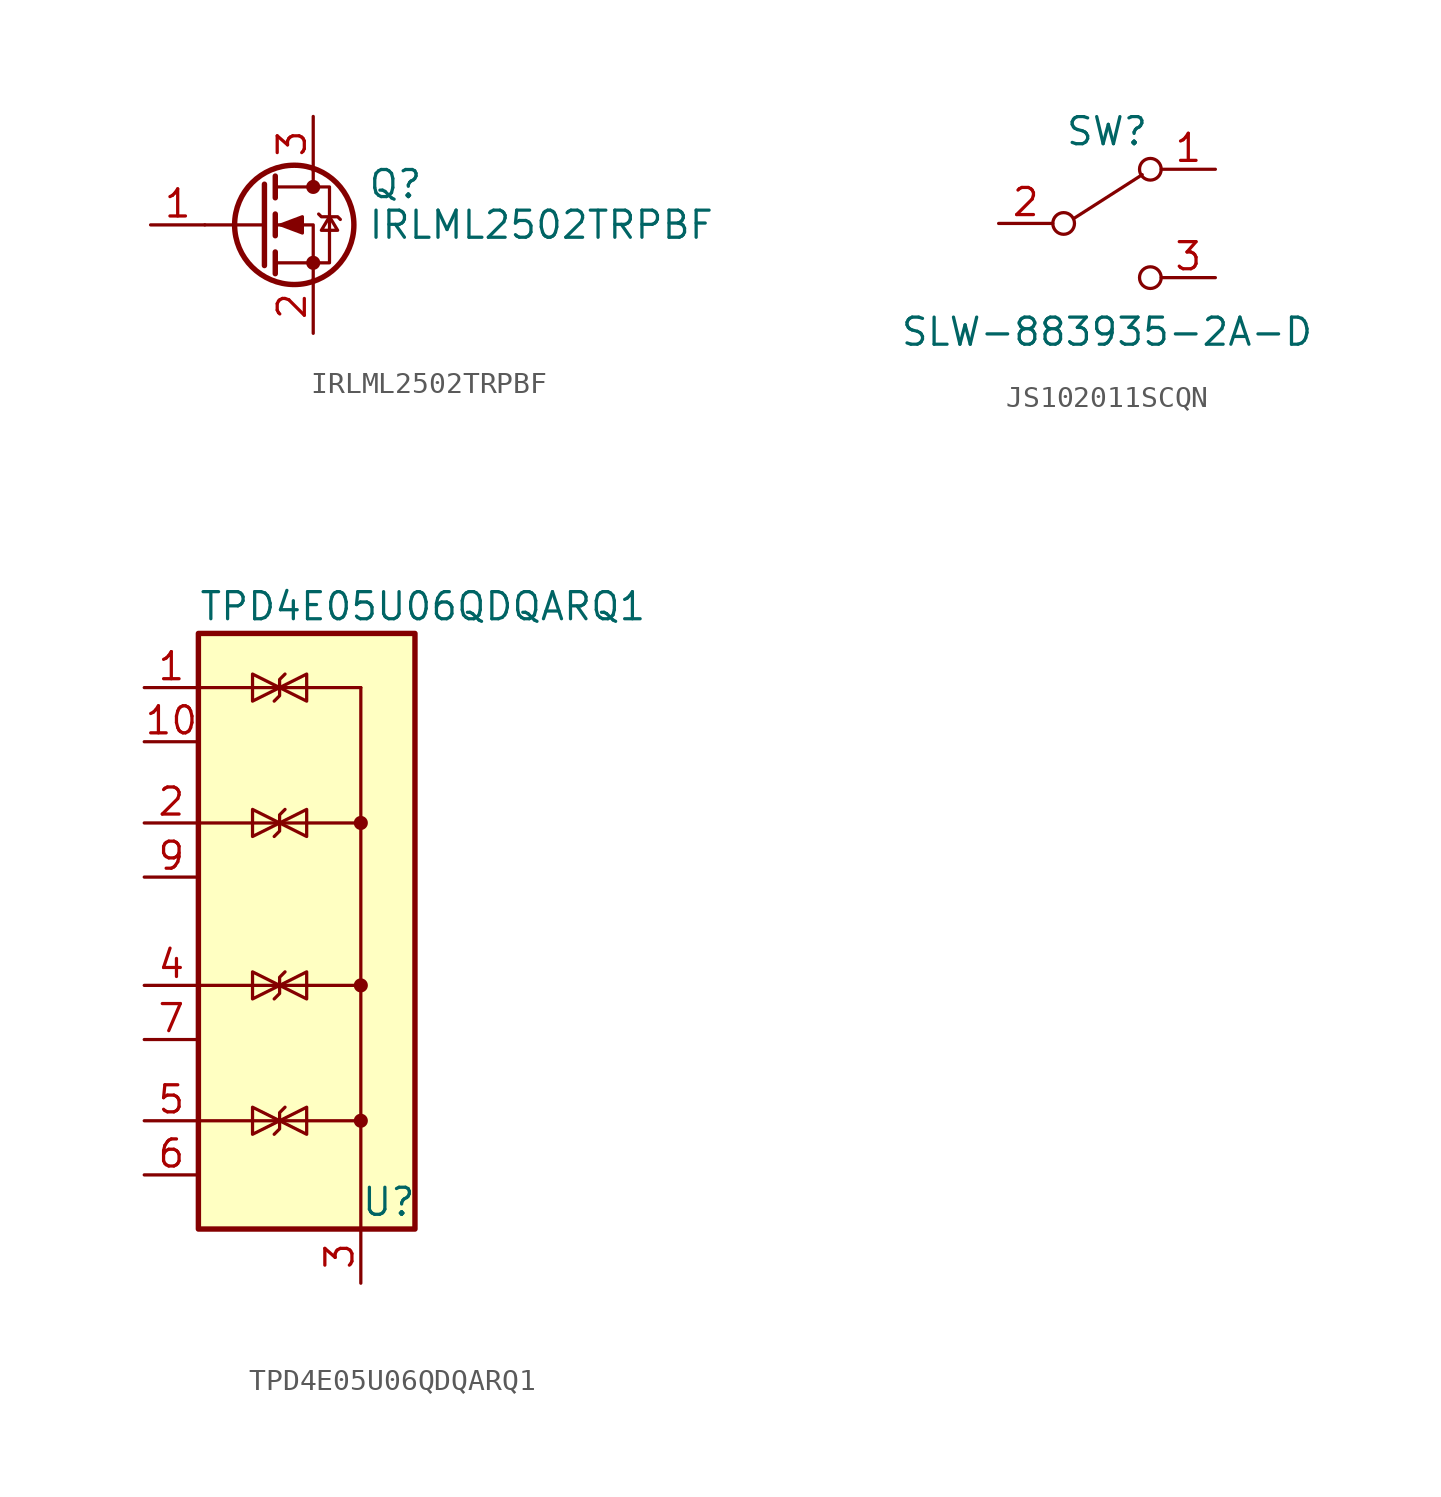
<source format=kicad_sym>
(kicad_symbol_lib
  (version 20220914)
  (generator kicad_symbol_editor)
  (symbol "IRLML2502TRPBF"
    (pin_names hide)
    (property "Reference" "Q"
      (at 5.08 1.905 0)
      (effects (font (size 1.27 1.27)) (justify left)))
    (property "Value" "IRLML2502TRPBF"
      (at 5.08 0 0)
      (effects (font (size 1.27 1.27)) (justify left)))
    (symbol "IRLML2502TRPBF_0_1"
      (polyline (pts (xy 0.254 0) (xy -2.54 0)) (stroke (width 0) (type default)) (fill (type none)))
      (polyline (pts (xy 0.254 1.905) (xy 0.254 -1.905)) (stroke (width 0.254) (type default)) (fill (type none)))
      (polyline (pts (xy 0.762 -1.27) (xy 0.762 -2.286)) (stroke (width 0.254) (type default)) (fill (type none)))
      (polyline (pts (xy 0.762 0.508) (xy 0.762 -0.508)) (stroke (width 0.254) (type default)) (fill (type none)))
      (polyline (pts (xy 0.762 2.286) (xy 0.762 1.27)) (stroke (width 0.254) (type default)) (fill (type none)))
      (polyline (pts (xy 2.54 2.54) (xy 2.54 1.778)) (stroke (width 0) (type default)) (fill (type none)))
      (polyline (pts (xy 2.54 -2.54) (xy 2.54 0) (xy 0.762 0)) (stroke (width 0) (type default)) (fill (type none)))
      (polyline (pts (xy 0.762 -1.778) (xy 3.302 -1.778) (xy 3.302 1.778) (xy 0.762 1.778)) (stroke (width 0) (type default)) (fill (type none)))
      (polyline (pts (xy 1.016 0) (xy 2.032 0.381) (xy 2.032 -0.381) (xy 1.016 0)) (stroke (width 0) (type default)) (fill (type outline)))
      (polyline (pts (xy 2.794 0.508) (xy 2.921 0.381) (xy 3.683 0.381) (xy 3.81 0.254)) (stroke (width 0) (type default)) (fill (type none)))
      (polyline (pts (xy 3.302 0.381) (xy 2.921 -0.254) (xy 3.683 -0.254) (xy 3.302 0.381)) (stroke (width 0) (type default)) (fill (type none)))
      (circle (center 1.651 0) (radius 2.794) (stroke (width 0.254) (type default)) (fill (type none)))
      (circle (center 2.54 -1.778) (radius 0.254) (stroke (width 0) (type default)) (fill (type outline)))
      (circle (center 2.54 1.778) (radius 0.254) (stroke (width 0) (type default)) (fill (type outline))))
    (symbol "IRLML2502TRPBF_1_1"
      (pin input line (at -5.08 0 0) (length 2.54) (name "G" (effects (font (size 1.27 1.27)))) (number "1" (effects (font (size 1.27 1.27)))))
      (pin passive line (at 2.54 -5.08 90) (length 2.54) (name "S" (effects (font (size 1.27 1.27)))) (number "2" (effects (font (size 1.27 1.27)))))
      (pin passive line (at 2.54 5.08 270) (length 2.54) (name "D" (effects (font (size 1.27 1.27)))) (number "3" (effects (font (size 1.27 1.27)))))))
  (symbol "JS102011SCQN"
    (pin_names
      (offset 0) hide)
    (property "Reference" "SW"
      (at 0 4.318 0)
      (effects (font (size 1.27 1.27))))
    (property "Value" "SLW-883935-2A-D"
      (at 0 -5.08 0)
      (effects (font (size 1.27 1.27))))
    (symbol "JS102011SCQN_0_0"
      (circle (center -2.032 0) (radius 0.508) (stroke (width 0) (type default)) (fill (type none)))
      (circle (center 2.032 -2.54) (radius 0.508) (stroke (width 0) (type default)) (fill (type none))))
    (symbol "JS102011SCQN_0_1"
      (polyline (pts (xy -1.524 0.254) (xy 1.651 2.286)) (stroke (width 0) (type default)) (fill (type none)))
      (circle (center 2.032 2.54) (radius 0.508) (stroke (width 0) (type default)) (fill (type none))))
    (symbol "JS102011SCQN_1_1"
      (pin passive line (at 5.08 2.54 180) (length 2.54) (name "A" (effects (font (size 1.27 1.27)))) (number "1" (effects (font (size 1.27 1.27)))))
      (pin passive line (at -5.08 0 0) (length 2.54) (name "B" (effects (font (size 1.27 1.27)))) (number "2" (effects (font (size 1.27 1.27)))))
      (pin passive line (at 5.08 -2.54 180) (length 2.54) (name "C" (effects (font (size 1.27 1.27)))) (number "3" (effects (font (size 1.27 1.27)))))))
  (symbol "TPD4E05U06QDQARQ1"
    (pin_names hide)
    (property "Reference" "U"
      (at 2.54 -12.7 0)
      (effects (font (size 1.27 1.27)) (justify left)))
    (property "Value" "TPD4E05U06QDQARQ1"
      (at -5.08 15.24 0)
      (effects (font (size 1.27 1.27)) (justify left)))
    (symbol "TPD4E05U06QDQARQ1_0_0"
      (pin passive line (at 2.54 -16.51 90) (length 2.54) (name "G" (effects (font (size 1.27 1.27)))) (number "3" (effects (font (size 1.27 1.27))))))
    (symbol "TPD4E05U06QDQARQ1_0_1"
      (rectangle (start -5.08 13.97) (end 5.08 -13.97) (stroke (width 0.254) (type default)) (fill (type background)))
      (polyline (pts (xy -5.08 -8.89) (xy 2.54 -8.89)) (stroke (width 0) (type default)) (fill (type none)))
      (polyline (pts (xy -5.08 -2.54) (xy 2.54 -2.54)) (stroke (width 0) (type default)) (fill (type none)))
      (polyline (pts (xy -5.08 5.08) (xy 2.54 5.08)) (stroke (width 0) (type default)) (fill (type none)))
      (polyline (pts (xy -5.08 11.43) (xy 2.54 11.43)) (stroke (width 0) (type default)) (fill (type none)))
      (polyline (pts (xy 2.54 11.43) (xy 2.54 -13.97)) (stroke (width 0.152) (type default)) (fill (type none)))
      (polyline (pts (xy -1.27 -8.89) (xy 0 -9.525) (xy 0 -8.255) (xy -1.27 -8.89)) (stroke (width 0) (type default)) (fill (type none)))
      (polyline (pts (xy -1.27 -2.54) (xy 0 -3.175) (xy 0 -1.905) (xy -1.27 -2.54)) (stroke (width 0) (type default)) (fill (type none)))
      (polyline (pts (xy -1.27 5.08) (xy 0 4.445) (xy 0 5.715) (xy -1.27 5.08)) (stroke (width 0) (type default)) (fill (type none)))
      (polyline (pts (xy -1.27 11.43) (xy 0 10.795) (xy 0 12.065) (xy -1.27 11.43)) (stroke (width 0) (type default)) (fill (type none)))
      (circle (center 2.54 -8.89) (radius 0.254) (stroke (width 0) (type default)) (fill (type outline)))
      (circle (center 2.54 -2.54) (radius 0.254) (stroke (width 0) (type default)) (fill (type outline)))
      (circle (center 2.54 5.08) (radius 0.254) (stroke (width 0) (type default)) (fill (type outline))))
    (symbol "TPD4E05U06QDQARQ1_1_1"
      (polyline (pts (xy -1.524 -9.525) (xy -1.27 -9.271) (xy -1.27 -8.509) (xy -1.016 -8.255)) (stroke (width 0) (type default)) (fill (type none)))
      (polyline (pts (xy -1.524 -3.175) (xy -1.27 -2.921) (xy -1.27 -2.159) (xy -1.016 -1.905)) (stroke (width 0) (type default)) (fill (type none)))
      (polyline (pts (xy -1.524 4.445) (xy -1.27 4.699) (xy -1.27 5.461) (xy -1.016 5.715)) (stroke (width 0) (type default)) (fill (type none)))
      (polyline (pts (xy -1.524 10.795) (xy -1.27 11.049) (xy -1.27 11.811) (xy -1.016 12.065)) (stroke (width 0) (type default)) (fill (type none)))
      (polyline (pts (xy -1.27 -8.89) (xy -2.54 -9.525) (xy -2.54 -8.255) (xy -1.27 -8.89)) (stroke (width 0) (type default)) (fill (type none)))
      (polyline (pts (xy -1.27 -2.54) (xy -2.54 -3.175) (xy -2.54 -1.905) (xy -1.27 -2.54)) (stroke (width 0) (type default)) (fill (type none)))
      (polyline (pts (xy -1.27 5.08) (xy -2.54 4.445) (xy -2.54 5.715) (xy -1.27 5.08)) (stroke (width 0) (type default)) (fill (type none)))
      (polyline (pts (xy -1.27 11.43) (xy -2.54 10.795) (xy -2.54 12.065) (xy -1.27 11.43)) (stroke (width 0) (type default)) (fill (type none)))
      (pin passive line (at -7.62 11.43 0) (length 2.54) (name "IO1" (effects (font (size 1.27 1.27)))) (number "1" (effects (font (size 1.27 1.27)))))
      (pin passive line (at -7.62 8.89 0) (length 2.54) (name "NC" (effects (font (size 1.27 1.27)))) (number "10" (effects (font (size 1.27 1.27)))))
      (pin passive line (at -7.62 5.08 0) (length 2.54) (name "IO2" (effects (font (size 1.27 1.27)))) (number "2" (effects (font (size 1.27 1.27)))))
      (pin passive line (at -7.62 -2.54 0) (length 2.54) (name "IO3" (effects (font (size 1.27 1.27)))) (number "4" (effects (font (size 1.27 1.27)))))
      (pin passive line (at -7.62 -8.89 0) (length 2.54) (name "IO4" (effects (font (size 1.27 1.27)))) (number "5" (effects (font (size 1.27 1.27)))))
      (pin passive line (at -7.62 -11.43 0) (length 2.54) (name "NC" (effects (font (size 1.27 1.27)))) (number "6" (effects (font (size 1.27 1.27)))))
      (pin passive line (at -7.62 -5.08 0) (length 2.54) (name "NC" (effects (font (size 1.27 1.27)))) (number "7" (effects (font (size 1.27 1.27)))))
      (pin passive line (at 2.54 -16.51 90) (length 2.54) hide (name "G" (effects (font (size 1.27 1.27)))) (number "8" (effects (font (size 1.27 1.27)))))
      (pin passive line (at -7.62 2.54 0) (length 2.54) (name "NC" (effects (font (size 1.27 1.27)))) (number "9" (effects (font (size 1.27 1.27))))))))
</source>
